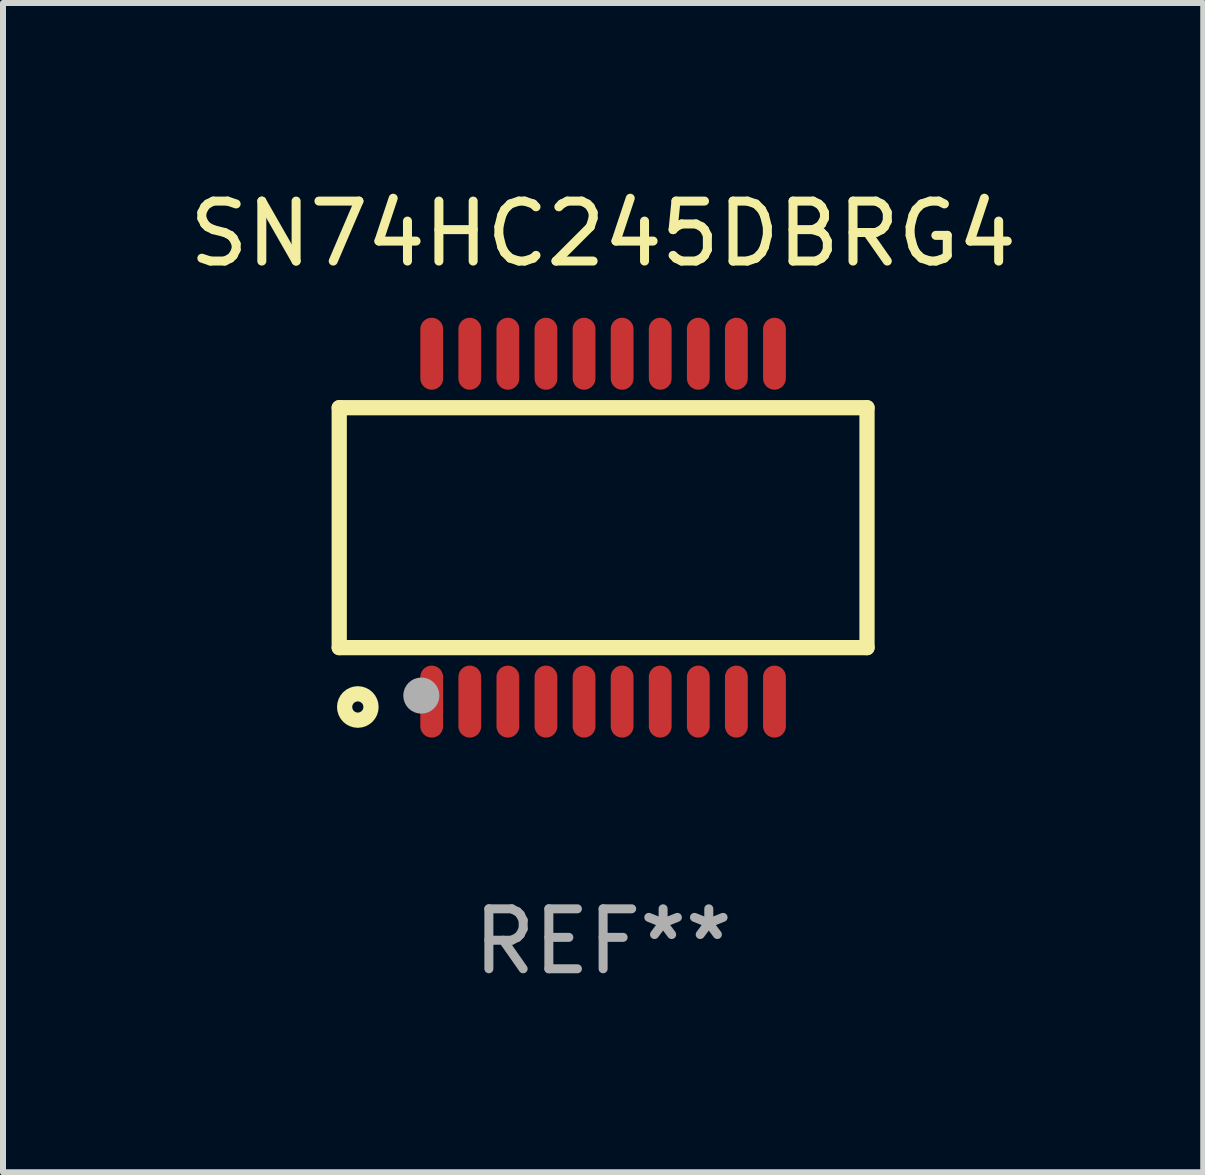
<source format=kicad_pcb>
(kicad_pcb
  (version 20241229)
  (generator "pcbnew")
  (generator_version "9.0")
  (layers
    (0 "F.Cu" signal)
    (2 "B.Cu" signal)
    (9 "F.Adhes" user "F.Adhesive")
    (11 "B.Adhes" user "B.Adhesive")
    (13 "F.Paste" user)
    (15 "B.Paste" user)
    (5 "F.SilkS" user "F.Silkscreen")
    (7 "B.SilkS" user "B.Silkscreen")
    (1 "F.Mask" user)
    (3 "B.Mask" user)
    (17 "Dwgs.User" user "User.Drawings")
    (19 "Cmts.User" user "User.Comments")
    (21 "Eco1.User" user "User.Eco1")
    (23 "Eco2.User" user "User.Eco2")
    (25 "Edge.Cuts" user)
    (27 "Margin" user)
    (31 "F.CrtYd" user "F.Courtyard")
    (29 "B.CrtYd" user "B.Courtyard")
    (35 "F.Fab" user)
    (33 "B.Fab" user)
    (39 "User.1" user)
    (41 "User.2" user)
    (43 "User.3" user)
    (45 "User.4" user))
  (footprint "SN74HC245DBRG4"
    (layer "F.Cu")
    (at 7.006 5.748)
    (property "Reference" "SN74HC245DBRG4" (at 0 -4.9 0) (layer "F.SilkS") (effects (font (size 1 1) (thickness 0.15))))
    (attr through_hole)
    (fp_line (start -4.4 -2) (end -4.4 2) (stroke (width 0.254) (type solid)) (layer "F.SilkS"))
    (fp_line (start -4.4 -2) (end 4.4 -2) (stroke (width 0.254) (type solid)) (layer "F.SilkS"))
    (fp_line (start -4.4 2) (end 4.4 2) (stroke (width 0.254) (type solid)) (layer "F.SilkS"))
    (fp_line (start 4.4 -2) (end 4.4 2) (stroke (width 0.254) (type solid)) (layer "F.SilkS"))
    (fp_circle (center -4.351 3) (end -4.321 3) (stroke (width 0.06) (type solid)) (fill no) (layer "F.SilkS"))
    (fp_circle (center -4.09 2.99) (end -3.87 2.99) (stroke (width 0.254) (type solid)) (fill no) (layer "F.SilkS"))
    (fp_circle (center -3.031 2.8) (end -2.88 2.8) (stroke (width 0.3) (type solid)) (fill no) (layer "F.Fab"))
    (fp_text user "REF**" (at 0 6.9 0) (layer "F.Fab") (effects (font (size 1 1) (thickness 0.15))))
    (pad "1" smd oval (at -2.858 2.9 180) (size 0.38 1.2) (layers "F.Cu" "F.Mask" "F.Paste"))
    (pad "2" smd oval (at -2.223 2.9 180) (size 0.38 1.2) (layers "F.Cu" "F.Mask" "F.Paste"))
    (pad "3" smd oval (at -1.588 2.9 180) (size 0.38 1.2) (layers "F.Cu" "F.Mask" "F.Paste"))
    (pad "4" smd oval (at -0.953 2.9 180) (size 0.38 1.2) (layers "F.Cu" "F.Mask" "F.Paste"))
    (pad "5" smd oval (at -0.318 2.9 180) (size 0.38 1.2) (layers "F.Cu" "F.Mask" "F.Paste"))
    (pad "6" smd oval (at 0.317 2.9 180) (size 0.38 1.2) (layers "F.Cu" "F.Mask" "F.Paste"))
    (pad "7" smd oval (at 0.952 2.9 180) (size 0.38 1.2) (layers "F.Cu" "F.Mask" "F.Paste"))
    (pad "8" smd oval (at 1.587 2.9 180) (size 0.38 1.2) (layers "F.Cu" "F.Mask" "F.Paste"))
    (pad "9" smd oval (at 2.222 2.9 180) (size 0.38 1.2) (layers "F.Cu" "F.Mask" "F.Paste"))
    (pad "10" smd oval (at 2.857 2.9 180) (size 0.38 1.2) (layers "F.Cu" "F.Mask" "F.Paste"))
    (pad "11" smd oval (at 2.857 -2.9) (size 0.38 1.2) (layers "F.Cu" "F.Mask" "F.Paste"))
    (pad "12" smd oval (at 2.222 -2.9) (size 0.38 1.2) (layers "F.Cu" "F.Mask" "F.Paste"))
    (pad "13" smd oval (at 1.587 -2.9) (size 0.38 1.2) (layers "F.Cu" "F.Mask" "F.Paste"))
    (pad "14" smd oval (at 0.952 -2.9) (size 0.38 1.2) (layers "F.Cu" "F.Mask" "F.Paste"))
    (pad "15" smd oval (at 0.317 -2.9) (size 0.38 1.2) (layers "F.Cu" "F.Mask" "F.Paste"))
    (pad "16" smd oval (at -0.318 -2.9) (size 0.38 1.2) (layers "F.Cu" "F.Mask" "F.Paste"))
    (pad "17" smd oval (at -0.953 -2.9) (size 0.38 1.2) (layers "F.Cu" "F.Mask" "F.Paste"))
    (pad "18" smd oval (at -1.588 -2.9) (size 0.38 1.2) (layers "F.Cu" "F.Mask" "F.Paste"))
    (pad "19" smd oval (at -2.223 -2.9) (size 0.38 1.2) (layers "F.Cu" "F.Mask" "F.Paste"))
    (pad "20" smd oval (at -2.858 -2.9) (size 0.38 1.2) (layers "F.Cu" "F.Mask" "F.Paste")))
  (gr_rect
    (start -3 -3)
    (end 17.012 16.496)
    (stroke (width 0.1) (type default))
    (fill no)
    (layer "Edge.Cuts")))
</source>
